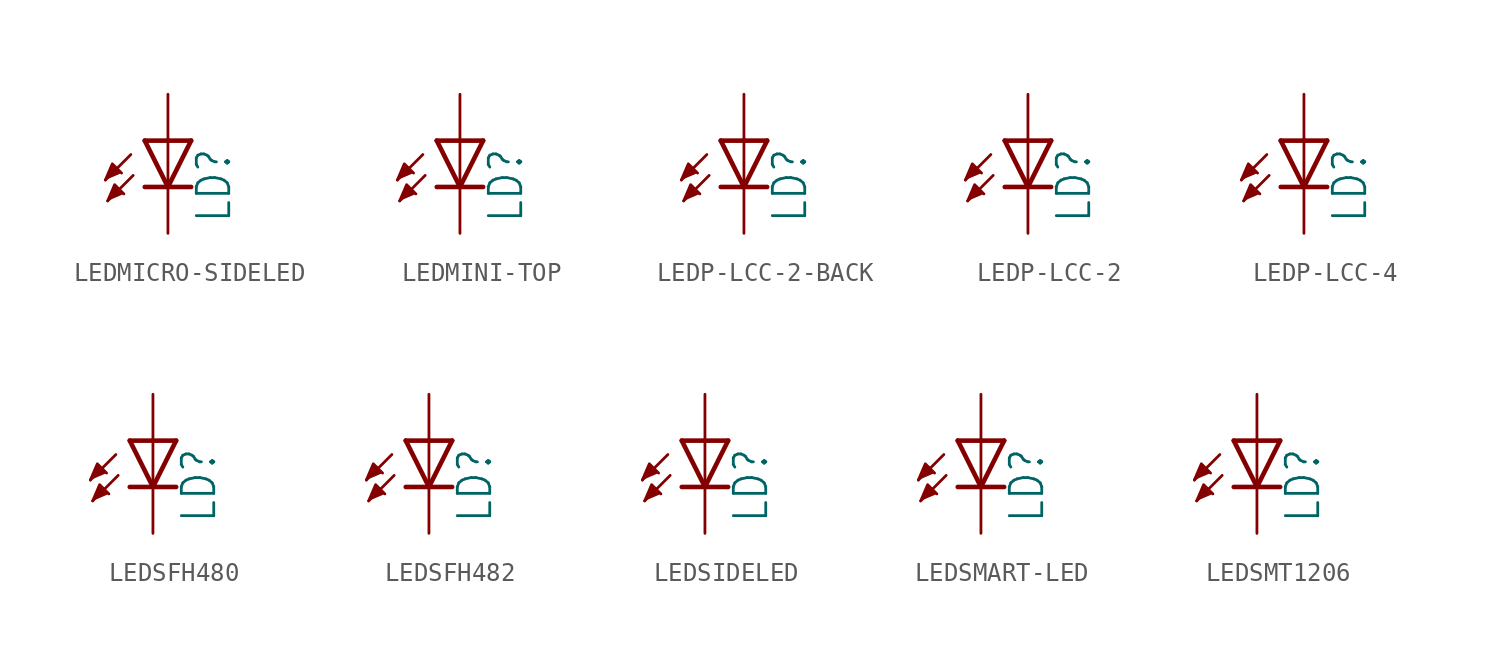
<source format=kicad_sym>
(kicad_symbol_lib
  (version 20220914)
  (generator kicad_symbol_editor)
  (symbol "LEDMICRO-SIDELED"
    (property "Reference" "LD"
      (at 3.556 -4.572 90)
      (effects (font (size 1.778 1.511)) (justify left bottom)))
    (property "Value" ""
      (at 5.715 -4.572 90)
      (effects (font (size 1.778 1.511)) (justify left bottom)))
    (property "ki_locked" ""
      (at 0 0 0)
      (effects (font (size 1.27 1.27))))
    (symbol "LEDMICRO-SIDELED_1_0"
      (polyline (pts (xy -2.032 -0.762) (xy -3.429 -2.159)) (stroke (width 0.152) (type solid)) (fill (type none)))
      (polyline (pts (xy -1.905 -1.905) (xy -3.302 -3.302)) (stroke (width 0.152) (type solid)) (fill (type none)))
      (polyline (pts (xy 0 -2.54) (xy -1.27 -2.54)) (stroke (width 0.254) (type solid)) (fill (type none)))
      (polyline (pts (xy 0 -2.54) (xy -1.27 0)) (stroke (width 0.254) (type solid)) (fill (type none)))
      (polyline (pts (xy 0 0) (xy -1.27 0)) (stroke (width 0.254) (type solid)) (fill (type none)))
      (polyline (pts (xy 0 0) (xy 0 -2.54)) (stroke (width 0.152) (type solid)) (fill (type none)))
      (polyline (pts (xy 1.27 -2.54) (xy 0 -2.54)) (stroke (width 0.254) (type solid)) (fill (type none)))
      (polyline (pts (xy 1.27 0) (xy 0 -2.54)) (stroke (width 0.254) (type solid)) (fill (type none)))
      (polyline (pts (xy 1.27 0) (xy 0 0)) (stroke (width 0.254) (type solid)) (fill (type none)))
      (polyline (pts (xy -3.429 -2.159) (xy -3.048 -1.27) (xy -2.54 -1.778)) (stroke (width 0.152) (type solid)) (fill (type outline)))
      (polyline (pts (xy -3.302 -3.302) (xy -2.921 -2.413) (xy -2.413 -2.921)) (stroke (width 0.152) (type solid)) (fill (type outline)))
      (pin passive line (at 0 2.54 270) (length 2.54) (name "A" (effects (font (size 0 0)))) (number "A" (effects (font (size 0 0)))))
      (pin passive line (at 0 -5.08 90) (length 2.54) (name "C" (effects (font (size 0 0)))) (number "C" (effects (font (size 0 0)))))))
  (symbol "LEDMINI-TOP"
    (property "Reference" "LD"
      (at 3.556 -4.572 90)
      (effects (font (size 1.778 1.511)) (justify left bottom)))
    (property "Value" ""
      (at 5.715 -4.572 90)
      (effects (font (size 1.778 1.511)) (justify left bottom)))
    (property "ki_locked" ""
      (at 0 0 0)
      (effects (font (size 1.27 1.27))))
    (symbol "LEDMINI-TOP_1_0"
      (polyline (pts (xy -2.032 -0.762) (xy -3.429 -2.159)) (stroke (width 0.152) (type solid)) (fill (type none)))
      (polyline (pts (xy -1.905 -1.905) (xy -3.302 -3.302)) (stroke (width 0.152) (type solid)) (fill (type none)))
      (polyline (pts (xy 0 -2.54) (xy -1.27 -2.54)) (stroke (width 0.254) (type solid)) (fill (type none)))
      (polyline (pts (xy 0 -2.54) (xy -1.27 0)) (stroke (width 0.254) (type solid)) (fill (type none)))
      (polyline (pts (xy 0 0) (xy -1.27 0)) (stroke (width 0.254) (type solid)) (fill (type none)))
      (polyline (pts (xy 0 0) (xy 0 -2.54)) (stroke (width 0.152) (type solid)) (fill (type none)))
      (polyline (pts (xy 1.27 -2.54) (xy 0 -2.54)) (stroke (width 0.254) (type solid)) (fill (type none)))
      (polyline (pts (xy 1.27 0) (xy 0 -2.54)) (stroke (width 0.254) (type solid)) (fill (type none)))
      (polyline (pts (xy 1.27 0) (xy 0 0)) (stroke (width 0.254) (type solid)) (fill (type none)))
      (polyline (pts (xy -3.429 -2.159) (xy -3.048 -1.27) (xy -2.54 -1.778)) (stroke (width 0.152) (type solid)) (fill (type outline)))
      (polyline (pts (xy -3.302 -3.302) (xy -2.921 -2.413) (xy -2.413 -2.921)) (stroke (width 0.152) (type solid)) (fill (type outline)))
      (pin passive line (at 0 2.54 270) (length 2.54) (name "A" (effects (font (size 0 0)))) (number "A" (effects (font (size 0 0)))))
      (pin passive line (at 0 -5.08 90) (length 2.54) (name "C" (effects (font (size 0 0)))) (number "C" (effects (font (size 0 0)))))))
  (symbol "LEDP-LCC-2-BACK"
    (property "Reference" "LD"
      (at 3.556 -4.572 90)
      (effects (font (size 1.778 1.511)) (justify left bottom)))
    (property "Value" ""
      (at 5.715 -4.572 90)
      (effects (font (size 1.778 1.511)) (justify left bottom)))
    (property "ki_locked" ""
      (at 0 0 0)
      (effects (font (size 1.27 1.27))))
    (symbol "LEDP-LCC-2-BACK_1_0"
      (polyline (pts (xy -2.032 -0.762) (xy -3.429 -2.159)) (stroke (width 0.152) (type solid)) (fill (type none)))
      (polyline (pts (xy -1.905 -1.905) (xy -3.302 -3.302)) (stroke (width 0.152) (type solid)) (fill (type none)))
      (polyline (pts (xy 0 -2.54) (xy -1.27 -2.54)) (stroke (width 0.254) (type solid)) (fill (type none)))
      (polyline (pts (xy 0 -2.54) (xy -1.27 0)) (stroke (width 0.254) (type solid)) (fill (type none)))
      (polyline (pts (xy 0 0) (xy -1.27 0)) (stroke (width 0.254) (type solid)) (fill (type none)))
      (polyline (pts (xy 0 0) (xy 0 -2.54)) (stroke (width 0.152) (type solid)) (fill (type none)))
      (polyline (pts (xy 1.27 -2.54) (xy 0 -2.54)) (stroke (width 0.254) (type solid)) (fill (type none)))
      (polyline (pts (xy 1.27 0) (xy 0 -2.54)) (stroke (width 0.254) (type solid)) (fill (type none)))
      (polyline (pts (xy 1.27 0) (xy 0 0)) (stroke (width 0.254) (type solid)) (fill (type none)))
      (polyline (pts (xy -3.429 -2.159) (xy -3.048 -1.27) (xy -2.54 -1.778)) (stroke (width 0.152) (type solid)) (fill (type outline)))
      (polyline (pts (xy -3.302 -3.302) (xy -2.921 -2.413) (xy -2.413 -2.921)) (stroke (width 0.152) (type solid)) (fill (type outline)))
      (pin passive line (at 0 2.54 270) (length 2.54) (name "A" (effects (font (size 0 0)))) (number "A" (effects (font (size 0 0)))))
      (pin passive line (at 0 -5.08 90) (length 2.54) (name "C" (effects (font (size 0 0)))) (number "C" (effects (font (size 0 0)))))))
  (symbol "LEDP-LCC-2"
    (property "Reference" "LD"
      (at 3.556 -4.572 90)
      (effects (font (size 1.778 1.511)) (justify left bottom)))
    (property "Value" ""
      (at 5.715 -4.572 90)
      (effects (font (size 1.778 1.511)) (justify left bottom)))
    (property "ki_locked" ""
      (at 0 0 0)
      (effects (font (size 1.27 1.27))))
    (symbol "LEDP-LCC-2_1_0"
      (polyline (pts (xy -2.032 -0.762) (xy -3.429 -2.159)) (stroke (width 0.152) (type solid)) (fill (type none)))
      (polyline (pts (xy -1.905 -1.905) (xy -3.302 -3.302)) (stroke (width 0.152) (type solid)) (fill (type none)))
      (polyline (pts (xy 0 -2.54) (xy -1.27 -2.54)) (stroke (width 0.254) (type solid)) (fill (type none)))
      (polyline (pts (xy 0 -2.54) (xy -1.27 0)) (stroke (width 0.254) (type solid)) (fill (type none)))
      (polyline (pts (xy 0 0) (xy -1.27 0)) (stroke (width 0.254) (type solid)) (fill (type none)))
      (polyline (pts (xy 0 0) (xy 0 -2.54)) (stroke (width 0.152) (type solid)) (fill (type none)))
      (polyline (pts (xy 1.27 -2.54) (xy 0 -2.54)) (stroke (width 0.254) (type solid)) (fill (type none)))
      (polyline (pts (xy 1.27 0) (xy 0 -2.54)) (stroke (width 0.254) (type solid)) (fill (type none)))
      (polyline (pts (xy 1.27 0) (xy 0 0)) (stroke (width 0.254) (type solid)) (fill (type none)))
      (polyline (pts (xy -3.429 -2.159) (xy -3.048 -1.27) (xy -2.54 -1.778)) (stroke (width 0.152) (type solid)) (fill (type outline)))
      (polyline (pts (xy -3.302 -3.302) (xy -2.921 -2.413) (xy -2.413 -2.921)) (stroke (width 0.152) (type solid)) (fill (type outline)))
      (pin passive line (at 0 2.54 270) (length 2.54) (name "A" (effects (font (size 0 0)))) (number "A" (effects (font (size 0 0)))))
      (pin passive line (at 0 -5.08 90) (length 2.54) (name "C" (effects (font (size 0 0)))) (number "C" (effects (font (size 0 0)))))))
  (symbol "LEDP-LCC-4"
    (property "Reference" "LD"
      (at 3.556 -4.572 90)
      (effects (font (size 1.778 1.511)) (justify left bottom)))
    (property "Value" ""
      (at 5.715 -4.572 90)
      (effects (font (size 1.778 1.511)) (justify left bottom)))
    (property "ki_locked" ""
      (at 0 0 0)
      (effects (font (size 1.27 1.27))))
    (symbol "LEDP-LCC-4_1_0"
      (polyline (pts (xy -2.032 -0.762) (xy -3.429 -2.159)) (stroke (width 0.152) (type solid)) (fill (type none)))
      (polyline (pts (xy -1.905 -1.905) (xy -3.302 -3.302)) (stroke (width 0.152) (type solid)) (fill (type none)))
      (polyline (pts (xy 0 -2.54) (xy -1.27 -2.54)) (stroke (width 0.254) (type solid)) (fill (type none)))
      (polyline (pts (xy 0 -2.54) (xy -1.27 0)) (stroke (width 0.254) (type solid)) (fill (type none)))
      (polyline (pts (xy 0 0) (xy -1.27 0)) (stroke (width 0.254) (type solid)) (fill (type none)))
      (polyline (pts (xy 0 0) (xy 0 -2.54)) (stroke (width 0.152) (type solid)) (fill (type none)))
      (polyline (pts (xy 1.27 -2.54) (xy 0 -2.54)) (stroke (width 0.254) (type solid)) (fill (type none)))
      (polyline (pts (xy 1.27 0) (xy 0 -2.54)) (stroke (width 0.254) (type solid)) (fill (type none)))
      (polyline (pts (xy 1.27 0) (xy 0 0)) (stroke (width 0.254) (type solid)) (fill (type none)))
      (polyline (pts (xy -3.429 -2.159) (xy -3.048 -1.27) (xy -2.54 -1.778)) (stroke (width 0.152) (type solid)) (fill (type outline)))
      (polyline (pts (xy -3.302 -3.302) (xy -2.921 -2.413) (xy -2.413 -2.921)) (stroke (width 0.152) (type solid)) (fill (type outline)))
      (pin passive line (at 0 2.54 270) (length 2.54) (name "A" (effects (font (size 0 0)))) (number "A" (effects (font (size 0 0)))))
      (pin passive line (at 0 -5.08 90) (length 2.54) (name "C" (effects (font (size 0 0)))) (number "C@4" (effects (font (size 0 0)))))))
  (symbol "LEDSFH480"
    (property "Reference" "LD"
      (at 3.556 -4.572 90)
      (effects (font (size 1.778 1.511)) (justify left bottom)))
    (property "Value" ""
      (at 5.715 -4.572 90)
      (effects (font (size 1.778 1.511)) (justify left bottom)))
    (property "ki_locked" ""
      (at 0 0 0)
      (effects (font (size 1.27 1.27))))
    (symbol "LEDSFH480_1_0"
      (polyline (pts (xy -2.032 -0.762) (xy -3.429 -2.159)) (stroke (width 0.152) (type solid)) (fill (type none)))
      (polyline (pts (xy -1.905 -1.905) (xy -3.302 -3.302)) (stroke (width 0.152) (type solid)) (fill (type none)))
      (polyline (pts (xy 0 -2.54) (xy -1.27 -2.54)) (stroke (width 0.254) (type solid)) (fill (type none)))
      (polyline (pts (xy 0 -2.54) (xy -1.27 0)) (stroke (width 0.254) (type solid)) (fill (type none)))
      (polyline (pts (xy 0 0) (xy -1.27 0)) (stroke (width 0.254) (type solid)) (fill (type none)))
      (polyline (pts (xy 0 0) (xy 0 -2.54)) (stroke (width 0.152) (type solid)) (fill (type none)))
      (polyline (pts (xy 1.27 -2.54) (xy 0 -2.54)) (stroke (width 0.254) (type solid)) (fill (type none)))
      (polyline (pts (xy 1.27 0) (xy 0 -2.54)) (stroke (width 0.254) (type solid)) (fill (type none)))
      (polyline (pts (xy 1.27 0) (xy 0 0)) (stroke (width 0.254) (type solid)) (fill (type none)))
      (polyline (pts (xy -3.429 -2.159) (xy -3.048 -1.27) (xy -2.54 -1.778)) (stroke (width 0.152) (type solid)) (fill (type outline)))
      (polyline (pts (xy -3.302 -3.302) (xy -2.921 -2.413) (xy -2.413 -2.921)) (stroke (width 0.152) (type solid)) (fill (type outline)))
      (pin passive line (at 0 2.54 270) (length 2.54) (name "A" (effects (font (size 0 0)))) (number "A" (effects (font (size 0 0)))))
      (pin passive line (at 0 -5.08 90) (length 2.54) (name "C" (effects (font (size 0 0)))) (number "K" (effects (font (size 0 0)))))))
  (symbol "LEDSFH482"
    (property "Reference" "LD"
      (at 3.556 -4.572 90)
      (effects (font (size 1.778 1.511)) (justify left bottom)))
    (property "Value" ""
      (at 5.715 -4.572 90)
      (effects (font (size 1.778 1.511)) (justify left bottom)))
    (property "ki_locked" ""
      (at 0 0 0)
      (effects (font (size 1.27 1.27))))
    (symbol "LEDSFH482_1_0"
      (polyline (pts (xy -2.032 -0.762) (xy -3.429 -2.159)) (stroke (width 0.152) (type solid)) (fill (type none)))
      (polyline (pts (xy -1.905 -1.905) (xy -3.302 -3.302)) (stroke (width 0.152) (type solid)) (fill (type none)))
      (polyline (pts (xy 0 -2.54) (xy -1.27 -2.54)) (stroke (width 0.254) (type solid)) (fill (type none)))
      (polyline (pts (xy 0 -2.54) (xy -1.27 0)) (stroke (width 0.254) (type solid)) (fill (type none)))
      (polyline (pts (xy 0 0) (xy -1.27 0)) (stroke (width 0.254) (type solid)) (fill (type none)))
      (polyline (pts (xy 0 0) (xy 0 -2.54)) (stroke (width 0.152) (type solid)) (fill (type none)))
      (polyline (pts (xy 1.27 -2.54) (xy 0 -2.54)) (stroke (width 0.254) (type solid)) (fill (type none)))
      (polyline (pts (xy 1.27 0) (xy 0 -2.54)) (stroke (width 0.254) (type solid)) (fill (type none)))
      (polyline (pts (xy 1.27 0) (xy 0 0)) (stroke (width 0.254) (type solid)) (fill (type none)))
      (polyline (pts (xy -3.429 -2.159) (xy -3.048 -1.27) (xy -2.54 -1.778)) (stroke (width 0.152) (type solid)) (fill (type outline)))
      (polyline (pts (xy -3.302 -3.302) (xy -2.921 -2.413) (xy -2.413 -2.921)) (stroke (width 0.152) (type solid)) (fill (type outline)))
      (pin passive line (at 0 2.54 270) (length 2.54) (name "A" (effects (font (size 0 0)))) (number "A" (effects (font (size 0 0)))))
      (pin passive line (at 0 -5.08 90) (length 2.54) (name "C" (effects (font (size 0 0)))) (number "K" (effects (font (size 0 0)))))))
  (symbol "LEDSIDELED"
    (property "Reference" "LD"
      (at 3.556 -4.572 90)
      (effects (font (size 1.778 1.511)) (justify left bottom)))
    (property "Value" ""
      (at 5.715 -4.572 90)
      (effects (font (size 1.778 1.511)) (justify left bottom)))
    (property "ki_locked" ""
      (at 0 0 0)
      (effects (font (size 1.27 1.27))))
    (symbol "LEDSIDELED_1_0"
      (polyline (pts (xy -2.032 -0.762) (xy -3.429 -2.159)) (stroke (width 0.152) (type solid)) (fill (type none)))
      (polyline (pts (xy -1.905 -1.905) (xy -3.302 -3.302)) (stroke (width 0.152) (type solid)) (fill (type none)))
      (polyline (pts (xy 0 -2.54) (xy -1.27 -2.54)) (stroke (width 0.254) (type solid)) (fill (type none)))
      (polyline (pts (xy 0 -2.54) (xy -1.27 0)) (stroke (width 0.254) (type solid)) (fill (type none)))
      (polyline (pts (xy 0 0) (xy -1.27 0)) (stroke (width 0.254) (type solid)) (fill (type none)))
      (polyline (pts (xy 0 0) (xy 0 -2.54)) (stroke (width 0.152) (type solid)) (fill (type none)))
      (polyline (pts (xy 1.27 -2.54) (xy 0 -2.54)) (stroke (width 0.254) (type solid)) (fill (type none)))
      (polyline (pts (xy 1.27 0) (xy 0 -2.54)) (stroke (width 0.254) (type solid)) (fill (type none)))
      (polyline (pts (xy 1.27 0) (xy 0 0)) (stroke (width 0.254) (type solid)) (fill (type none)))
      (polyline (pts (xy -3.429 -2.159) (xy -3.048 -1.27) (xy -2.54 -1.778)) (stroke (width 0.152) (type solid)) (fill (type outline)))
      (polyline (pts (xy -3.302 -3.302) (xy -2.921 -2.413) (xy -2.413 -2.921)) (stroke (width 0.152) (type solid)) (fill (type outline)))
      (pin passive line (at 0 2.54 270) (length 2.54) (name "A" (effects (font (size 0 0)))) (number "A" (effects (font (size 0 0)))))
      (pin passive line (at 0 -5.08 90) (length 2.54) (name "C" (effects (font (size 0 0)))) (number "C" (effects (font (size 0 0)))))))
  (symbol "LEDSMART-LED"
    (property "Reference" "LD"
      (at 3.556 -4.572 90)
      (effects (font (size 1.778 1.511)) (justify left bottom)))
    (property "Value" ""
      (at 5.715 -4.572 90)
      (effects (font (size 1.778 1.511)) (justify left bottom)))
    (property "ki_locked" ""
      (at 0 0 0)
      (effects (font (size 1.27 1.27))))
    (symbol "LEDSMART-LED_1_0"
      (polyline (pts (xy -2.032 -0.762) (xy -3.429 -2.159)) (stroke (width 0.152) (type solid)) (fill (type none)))
      (polyline (pts (xy -1.905 -1.905) (xy -3.302 -3.302)) (stroke (width 0.152) (type solid)) (fill (type none)))
      (polyline (pts (xy 0 -2.54) (xy -1.27 -2.54)) (stroke (width 0.254) (type solid)) (fill (type none)))
      (polyline (pts (xy 0 -2.54) (xy -1.27 0)) (stroke (width 0.254) (type solid)) (fill (type none)))
      (polyline (pts (xy 0 0) (xy -1.27 0)) (stroke (width 0.254) (type solid)) (fill (type none)))
      (polyline (pts (xy 0 0) (xy 0 -2.54)) (stroke (width 0.152) (type solid)) (fill (type none)))
      (polyline (pts (xy 1.27 -2.54) (xy 0 -2.54)) (stroke (width 0.254) (type solid)) (fill (type none)))
      (polyline (pts (xy 1.27 0) (xy 0 -2.54)) (stroke (width 0.254) (type solid)) (fill (type none)))
      (polyline (pts (xy 1.27 0) (xy 0 0)) (stroke (width 0.254) (type solid)) (fill (type none)))
      (polyline (pts (xy -3.429 -2.159) (xy -3.048 -1.27) (xy -2.54 -1.778)) (stroke (width 0.152) (type solid)) (fill (type outline)))
      (polyline (pts (xy -3.302 -3.302) (xy -2.921 -2.413) (xy -2.413 -2.921)) (stroke (width 0.152) (type solid)) (fill (type outline)))
      (pin passive line (at 0 2.54 270) (length 2.54) (name "A" (effects (font (size 0 0)))) (number "A" (effects (font (size 0 0)))))
      (pin passive line (at 0 -5.08 90) (length 2.54) (name "C" (effects (font (size 0 0)))) (number "B" (effects (font (size 0 0)))))))
  (symbol "LEDSMT1206"
    (property "Reference" "LD"
      (at 3.556 -4.572 90)
      (effects (font (size 1.778 1.511)) (justify left bottom)))
    (property "Value" ""
      (at 5.715 -4.572 90)
      (effects (font (size 1.778 1.511)) (justify left bottom)))
    (property "ki_locked" ""
      (at 0 0 0)
      (effects (font (size 1.27 1.27))))
    (symbol "LEDSMT1206_1_0"
      (polyline (pts (xy -2.032 -0.762) (xy -3.429 -2.159)) (stroke (width 0.152) (type solid)) (fill (type none)))
      (polyline (pts (xy -1.905 -1.905) (xy -3.302 -3.302)) (stroke (width 0.152) (type solid)) (fill (type none)))
      (polyline (pts (xy 0 -2.54) (xy -1.27 -2.54)) (stroke (width 0.254) (type solid)) (fill (type none)))
      (polyline (pts (xy 0 -2.54) (xy -1.27 0)) (stroke (width 0.254) (type solid)) (fill (type none)))
      (polyline (pts (xy 0 0) (xy -1.27 0)) (stroke (width 0.254) (type solid)) (fill (type none)))
      (polyline (pts (xy 0 0) (xy 0 -2.54)) (stroke (width 0.152) (type solid)) (fill (type none)))
      (polyline (pts (xy 1.27 -2.54) (xy 0 -2.54)) (stroke (width 0.254) (type solid)) (fill (type none)))
      (polyline (pts (xy 1.27 0) (xy 0 -2.54)) (stroke (width 0.254) (type solid)) (fill (type none)))
      (polyline (pts (xy 1.27 0) (xy 0 0)) (stroke (width 0.254) (type solid)) (fill (type none)))
      (polyline (pts (xy -3.429 -2.159) (xy -3.048 -1.27) (xy -2.54 -1.778)) (stroke (width 0.152) (type solid)) (fill (type outline)))
      (polyline (pts (xy -3.302 -3.302) (xy -2.921 -2.413) (xy -2.413 -2.921)) (stroke (width 0.152) (type solid)) (fill (type outline)))
      (pin passive line (at 0 2.54 270) (length 2.54) (name "A" (effects (font (size 0 0)))) (number "A" (effects (font (size 0 0)))))
      (pin passive line (at 0 -5.08 90) (length 2.54) (name "C" (effects (font (size 0 0)))) (number "C" (effects (font (size 0 0))))))))
</source>
